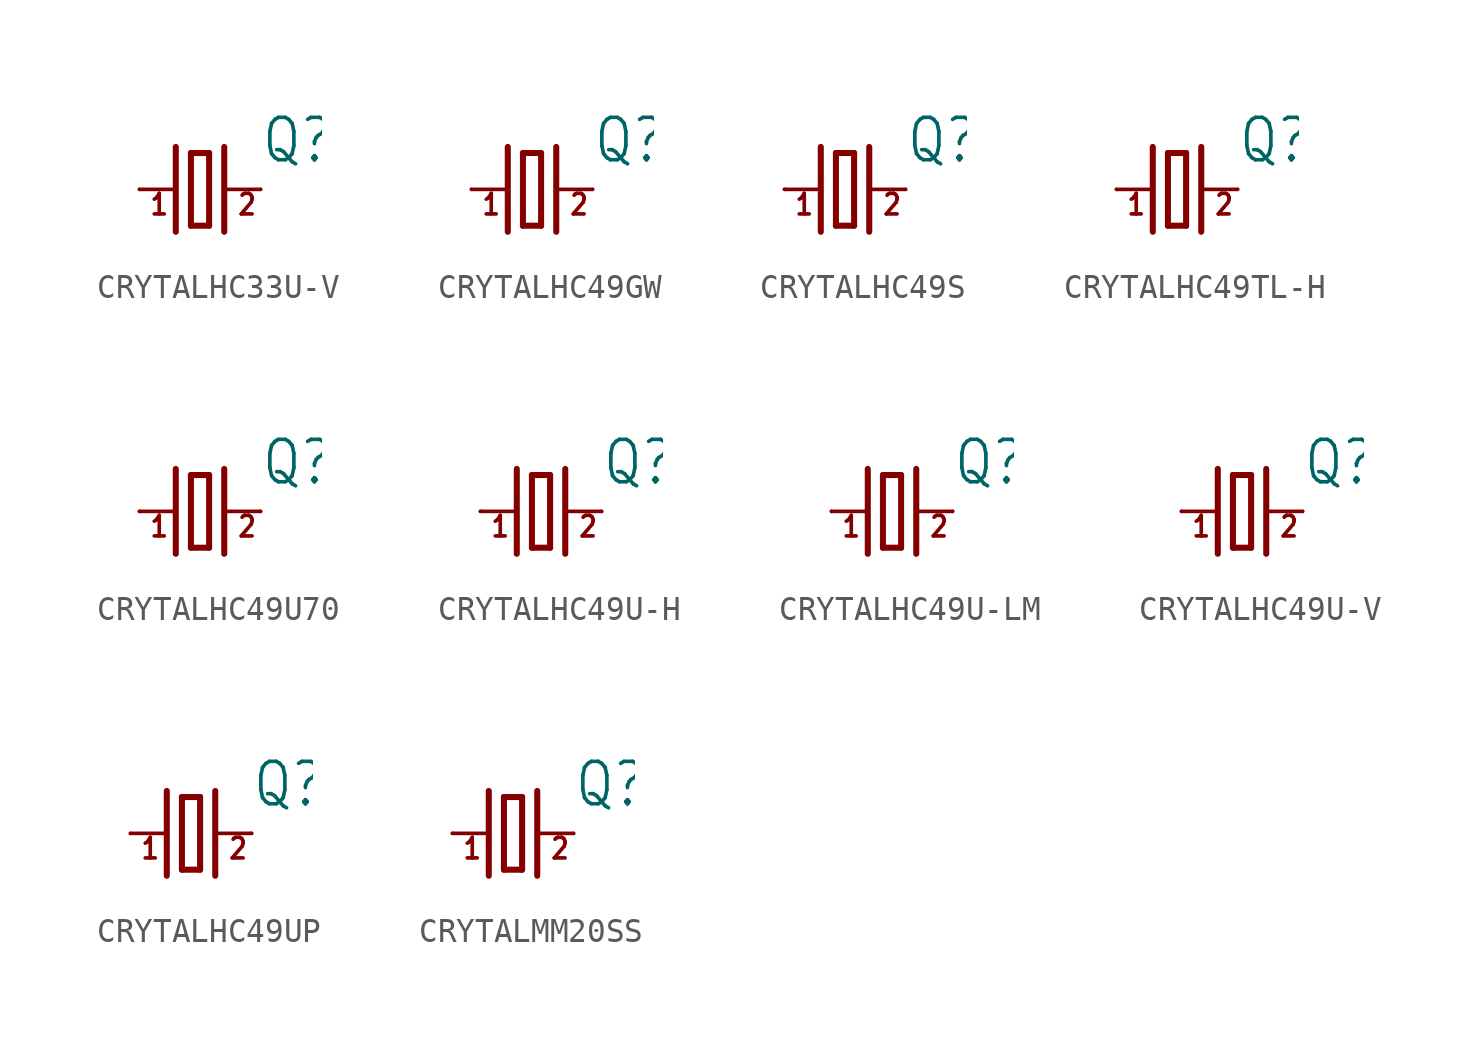
<source format=kicad_sym>
(kicad_symbol_lib
  (version 20220914)
  (generator kicad_symbol_editor)
  (symbol "CRYTALHC33U-V"
    (property "Reference" "Q"
      (at 2.54 1.016 0)
      (effects (font (size 1.778 1.511)) (justify left bottom)))
    (property "Value" ""
      (at 2.54 -2.54 0)
      (effects (font (size 1.778 1.511)) (justify left bottom)))
    (property "ki_locked" ""
      (at 0 0 0)
      (effects (font (size 1.27 1.27))))
    (symbol "CRYTALHC33U-V_1_0"
      (polyline (pts (xy -2.54 0) (xy -1.016 0)) (stroke (width 0.152) (type solid)) (fill (type none)))
      (polyline (pts (xy -1.016 1.778) (xy -1.016 -1.778)) (stroke (width 0.254) (type solid)) (fill (type none)))
      (polyline (pts (xy -0.381 -1.524) (xy 0.381 -1.524)) (stroke (width 0.254) (type solid)) (fill (type none)))
      (polyline (pts (xy -0.381 1.524) (xy -0.381 -1.524)) (stroke (width 0.254) (type solid)) (fill (type none)))
      (polyline (pts (xy 0.381 -1.524) (xy 0.381 1.524)) (stroke (width 0.254) (type solid)) (fill (type none)))
      (polyline (pts (xy 0.381 1.524) (xy -0.381 1.524)) (stroke (width 0.254) (type solid)) (fill (type none)))
      (polyline (pts (xy 1.016 0) (xy 2.54 0)) (stroke (width 0.152) (type solid)) (fill (type none)))
      (polyline (pts (xy 1.016 1.778) (xy 1.016 -1.778)) (stroke (width 0.254) (type solid)) (fill (type none)))
      (text "1" (at -2.159 -1.143 0) (effects (font (size 0.864 0.734)) (justify left bottom)))
      (text "2" (at 1.524 -1.143 0) (effects (font (size 0.864 0.734)) (justify left bottom)))
      (pin passive line (at -2.54 0 0) (length 0) (name "1" (effects (font (size 0 0)))) (number "1" (effects (font (size 0 0)))))
      (pin passive line (at 2.54 0 180) (length 0) (name "2" (effects (font (size 0 0)))) (number "2" (effects (font (size 0 0)))))))
  (symbol "CRYTALHC49GW"
    (property "Reference" "Q"
      (at 2.54 1.016 0)
      (effects (font (size 1.778 1.511)) (justify left bottom)))
    (property "Value" ""
      (at 2.54 -2.54 0)
      (effects (font (size 1.778 1.511)) (justify left bottom)))
    (property "ki_locked" ""
      (at 0 0 0)
      (effects (font (size 1.27 1.27))))
    (symbol "CRYTALHC49GW_1_0"
      (polyline (pts (xy -2.54 0) (xy -1.016 0)) (stroke (width 0.152) (type solid)) (fill (type none)))
      (polyline (pts (xy -1.016 1.778) (xy -1.016 -1.778)) (stroke (width 0.254) (type solid)) (fill (type none)))
      (polyline (pts (xy -0.381 -1.524) (xy 0.381 -1.524)) (stroke (width 0.254) (type solid)) (fill (type none)))
      (polyline (pts (xy -0.381 1.524) (xy -0.381 -1.524)) (stroke (width 0.254) (type solid)) (fill (type none)))
      (polyline (pts (xy 0.381 -1.524) (xy 0.381 1.524)) (stroke (width 0.254) (type solid)) (fill (type none)))
      (polyline (pts (xy 0.381 1.524) (xy -0.381 1.524)) (stroke (width 0.254) (type solid)) (fill (type none)))
      (polyline (pts (xy 1.016 0) (xy 2.54 0)) (stroke (width 0.152) (type solid)) (fill (type none)))
      (polyline (pts (xy 1.016 1.778) (xy 1.016 -1.778)) (stroke (width 0.254) (type solid)) (fill (type none)))
      (text "1" (at -2.159 -1.143 0) (effects (font (size 0.864 0.734)) (justify left bottom)))
      (text "2" (at 1.524 -1.143 0) (effects (font (size 0.864 0.734)) (justify left bottom)))
      (pin passive line (at -2.54 0 0) (length 0) (name "1" (effects (font (size 0 0)))) (number "1" (effects (font (size 0 0)))))
      (pin passive line (at 2.54 0 180) (length 0) (name "2" (effects (font (size 0 0)))) (number "2" (effects (font (size 0 0)))))))
  (symbol "CRYTALHC49S"
    (property "Reference" "Q"
      (at 2.54 1.016 0)
      (effects (font (size 1.778 1.511)) (justify left bottom)))
    (property "Value" ""
      (at 2.54 -2.54 0)
      (effects (font (size 1.778 1.511)) (justify left bottom)))
    (property "ki_locked" ""
      (at 0 0 0)
      (effects (font (size 1.27 1.27))))
    (symbol "CRYTALHC49S_1_0"
      (polyline (pts (xy -2.54 0) (xy -1.016 0)) (stroke (width 0.152) (type solid)) (fill (type none)))
      (polyline (pts (xy -1.016 1.778) (xy -1.016 -1.778)) (stroke (width 0.254) (type solid)) (fill (type none)))
      (polyline (pts (xy -0.381 -1.524) (xy 0.381 -1.524)) (stroke (width 0.254) (type solid)) (fill (type none)))
      (polyline (pts (xy -0.381 1.524) (xy -0.381 -1.524)) (stroke (width 0.254) (type solid)) (fill (type none)))
      (polyline (pts (xy 0.381 -1.524) (xy 0.381 1.524)) (stroke (width 0.254) (type solid)) (fill (type none)))
      (polyline (pts (xy 0.381 1.524) (xy -0.381 1.524)) (stroke (width 0.254) (type solid)) (fill (type none)))
      (polyline (pts (xy 1.016 0) (xy 2.54 0)) (stroke (width 0.152) (type solid)) (fill (type none)))
      (polyline (pts (xy 1.016 1.778) (xy 1.016 -1.778)) (stroke (width 0.254) (type solid)) (fill (type none)))
      (text "1" (at -2.159 -1.143 0) (effects (font (size 0.864 0.734)) (justify left bottom)))
      (text "2" (at 1.524 -1.143 0) (effects (font (size 0.864 0.734)) (justify left bottom)))
      (pin passive line (at -2.54 0 0) (length 0) (name "1" (effects (font (size 0 0)))) (number "1" (effects (font (size 0 0)))))
      (pin passive line (at 2.54 0 180) (length 0) (name "2" (effects (font (size 0 0)))) (number "2" (effects (font (size 0 0)))))))
  (symbol "CRYTALHC49TL-H"
    (property "Reference" "Q"
      (at 2.54 1.016 0)
      (effects (font (size 1.778 1.511)) (justify left bottom)))
    (property "Value" ""
      (at 2.54 -2.54 0)
      (effects (font (size 1.778 1.511)) (justify left bottom)))
    (property "ki_locked" ""
      (at 0 0 0)
      (effects (font (size 1.27 1.27))))
    (symbol "CRYTALHC49TL-H_1_0"
      (polyline (pts (xy -2.54 0) (xy -1.016 0)) (stroke (width 0.152) (type solid)) (fill (type none)))
      (polyline (pts (xy -1.016 1.778) (xy -1.016 -1.778)) (stroke (width 0.254) (type solid)) (fill (type none)))
      (polyline (pts (xy -0.381 -1.524) (xy 0.381 -1.524)) (stroke (width 0.254) (type solid)) (fill (type none)))
      (polyline (pts (xy -0.381 1.524) (xy -0.381 -1.524)) (stroke (width 0.254) (type solid)) (fill (type none)))
      (polyline (pts (xy 0.381 -1.524) (xy 0.381 1.524)) (stroke (width 0.254) (type solid)) (fill (type none)))
      (polyline (pts (xy 0.381 1.524) (xy -0.381 1.524)) (stroke (width 0.254) (type solid)) (fill (type none)))
      (polyline (pts (xy 1.016 0) (xy 2.54 0)) (stroke (width 0.152) (type solid)) (fill (type none)))
      (polyline (pts (xy 1.016 1.778) (xy 1.016 -1.778)) (stroke (width 0.254) (type solid)) (fill (type none)))
      (text "1" (at -2.159 -1.143 0) (effects (font (size 0.864 0.734)) (justify left bottom)))
      (text "2" (at 1.524 -1.143 0) (effects (font (size 0.864 0.734)) (justify left bottom)))
      (pin passive line (at -2.54 0 0) (length 0) (name "1" (effects (font (size 0 0)))) (number "1" (effects (font (size 0 0)))))
      (pin passive line (at 2.54 0 180) (length 0) (name "2" (effects (font (size 0 0)))) (number "2" (effects (font (size 0 0)))))))
  (symbol "CRYTALHC49U70"
    (property "Reference" "Q"
      (at 2.54 1.016 0)
      (effects (font (size 1.778 1.511)) (justify left bottom)))
    (property "Value" ""
      (at 2.54 -2.54 0)
      (effects (font (size 1.778 1.511)) (justify left bottom)))
    (property "ki_locked" ""
      (at 0 0 0)
      (effects (font (size 1.27 1.27))))
    (symbol "CRYTALHC49U70_1_0"
      (polyline (pts (xy -2.54 0) (xy -1.016 0)) (stroke (width 0.152) (type solid)) (fill (type none)))
      (polyline (pts (xy -1.016 1.778) (xy -1.016 -1.778)) (stroke (width 0.254) (type solid)) (fill (type none)))
      (polyline (pts (xy -0.381 -1.524) (xy 0.381 -1.524)) (stroke (width 0.254) (type solid)) (fill (type none)))
      (polyline (pts (xy -0.381 1.524) (xy -0.381 -1.524)) (stroke (width 0.254) (type solid)) (fill (type none)))
      (polyline (pts (xy 0.381 -1.524) (xy 0.381 1.524)) (stroke (width 0.254) (type solid)) (fill (type none)))
      (polyline (pts (xy 0.381 1.524) (xy -0.381 1.524)) (stroke (width 0.254) (type solid)) (fill (type none)))
      (polyline (pts (xy 1.016 0) (xy 2.54 0)) (stroke (width 0.152) (type solid)) (fill (type none)))
      (polyline (pts (xy 1.016 1.778) (xy 1.016 -1.778)) (stroke (width 0.254) (type solid)) (fill (type none)))
      (text "1" (at -2.159 -1.143 0) (effects (font (size 0.864 0.734)) (justify left bottom)))
      (text "2" (at 1.524 -1.143 0) (effects (font (size 0.864 0.734)) (justify left bottom)))
      (pin passive line (at -2.54 0 0) (length 0) (name "1" (effects (font (size 0 0)))) (number "1" (effects (font (size 0 0)))))
      (pin passive line (at 2.54 0 180) (length 0) (name "2" (effects (font (size 0 0)))) (number "2" (effects (font (size 0 0)))))))
  (symbol "CRYTALHC49U-H"
    (property "Reference" "Q"
      (at 2.54 1.016 0)
      (effects (font (size 1.778 1.511)) (justify left bottom)))
    (property "Value" ""
      (at 2.54 -2.54 0)
      (effects (font (size 1.778 1.511)) (justify left bottom)))
    (property "ki_locked" ""
      (at 0 0 0)
      (effects (font (size 1.27 1.27))))
    (symbol "CRYTALHC49U-H_1_0"
      (polyline (pts (xy -2.54 0) (xy -1.016 0)) (stroke (width 0.152) (type solid)) (fill (type none)))
      (polyline (pts (xy -1.016 1.778) (xy -1.016 -1.778)) (stroke (width 0.254) (type solid)) (fill (type none)))
      (polyline (pts (xy -0.381 -1.524) (xy 0.381 -1.524)) (stroke (width 0.254) (type solid)) (fill (type none)))
      (polyline (pts (xy -0.381 1.524) (xy -0.381 -1.524)) (stroke (width 0.254) (type solid)) (fill (type none)))
      (polyline (pts (xy 0.381 -1.524) (xy 0.381 1.524)) (stroke (width 0.254) (type solid)) (fill (type none)))
      (polyline (pts (xy 0.381 1.524) (xy -0.381 1.524)) (stroke (width 0.254) (type solid)) (fill (type none)))
      (polyline (pts (xy 1.016 0) (xy 2.54 0)) (stroke (width 0.152) (type solid)) (fill (type none)))
      (polyline (pts (xy 1.016 1.778) (xy 1.016 -1.778)) (stroke (width 0.254) (type solid)) (fill (type none)))
      (text "1" (at -2.159 -1.143 0) (effects (font (size 0.864 0.734)) (justify left bottom)))
      (text "2" (at 1.524 -1.143 0) (effects (font (size 0.864 0.734)) (justify left bottom)))
      (pin passive line (at -2.54 0 0) (length 0) (name "1" (effects (font (size 0 0)))) (number "1" (effects (font (size 0 0)))))
      (pin passive line (at 2.54 0 180) (length 0) (name "2" (effects (font (size 0 0)))) (number "2" (effects (font (size 0 0)))))))
  (symbol "CRYTALHC49U-LM"
    (property "Reference" "Q"
      (at 2.54 1.016 0)
      (effects (font (size 1.778 1.511)) (justify left bottom)))
    (property "Value" ""
      (at 2.54 -2.54 0)
      (effects (font (size 1.778 1.511)) (justify left bottom)))
    (property "ki_locked" ""
      (at 0 0 0)
      (effects (font (size 1.27 1.27))))
    (symbol "CRYTALHC49U-LM_1_0"
      (polyline (pts (xy -2.54 0) (xy -1.016 0)) (stroke (width 0.152) (type solid)) (fill (type none)))
      (polyline (pts (xy -1.016 1.778) (xy -1.016 -1.778)) (stroke (width 0.254) (type solid)) (fill (type none)))
      (polyline (pts (xy -0.381 -1.524) (xy 0.381 -1.524)) (stroke (width 0.254) (type solid)) (fill (type none)))
      (polyline (pts (xy -0.381 1.524) (xy -0.381 -1.524)) (stroke (width 0.254) (type solid)) (fill (type none)))
      (polyline (pts (xy 0.381 -1.524) (xy 0.381 1.524)) (stroke (width 0.254) (type solid)) (fill (type none)))
      (polyline (pts (xy 0.381 1.524) (xy -0.381 1.524)) (stroke (width 0.254) (type solid)) (fill (type none)))
      (polyline (pts (xy 1.016 0) (xy 2.54 0)) (stroke (width 0.152) (type solid)) (fill (type none)))
      (polyline (pts (xy 1.016 1.778) (xy 1.016 -1.778)) (stroke (width 0.254) (type solid)) (fill (type none)))
      (text "1" (at -2.159 -1.143 0) (effects (font (size 0.864 0.734)) (justify left bottom)))
      (text "2" (at 1.524 -1.143 0) (effects (font (size 0.864 0.734)) (justify left bottom)))
      (pin passive line (at -2.54 0 0) (length 0) (name "1" (effects (font (size 0 0)))) (number "1" (effects (font (size 0 0)))))
      (pin passive line (at 2.54 0 180) (length 0) (name "2" (effects (font (size 0 0)))) (number "2" (effects (font (size 0 0)))))))
  (symbol "CRYTALHC49U-V"
    (property "Reference" "Q"
      (at 2.54 1.016 0)
      (effects (font (size 1.778 1.511)) (justify left bottom)))
    (property "Value" ""
      (at 2.54 -2.54 0)
      (effects (font (size 1.778 1.511)) (justify left bottom)))
    (property "ki_locked" ""
      (at 0 0 0)
      (effects (font (size 1.27 1.27))))
    (symbol "CRYTALHC49U-V_1_0"
      (polyline (pts (xy -2.54 0) (xy -1.016 0)) (stroke (width 0.152) (type solid)) (fill (type none)))
      (polyline (pts (xy -1.016 1.778) (xy -1.016 -1.778)) (stroke (width 0.254) (type solid)) (fill (type none)))
      (polyline (pts (xy -0.381 -1.524) (xy 0.381 -1.524)) (stroke (width 0.254) (type solid)) (fill (type none)))
      (polyline (pts (xy -0.381 1.524) (xy -0.381 -1.524)) (stroke (width 0.254) (type solid)) (fill (type none)))
      (polyline (pts (xy 0.381 -1.524) (xy 0.381 1.524)) (stroke (width 0.254) (type solid)) (fill (type none)))
      (polyline (pts (xy 0.381 1.524) (xy -0.381 1.524)) (stroke (width 0.254) (type solid)) (fill (type none)))
      (polyline (pts (xy 1.016 0) (xy 2.54 0)) (stroke (width 0.152) (type solid)) (fill (type none)))
      (polyline (pts (xy 1.016 1.778) (xy 1.016 -1.778)) (stroke (width 0.254) (type solid)) (fill (type none)))
      (text "1" (at -2.159 -1.143 0) (effects (font (size 0.864 0.734)) (justify left bottom)))
      (text "2" (at 1.524 -1.143 0) (effects (font (size 0.864 0.734)) (justify left bottom)))
      (pin passive line (at -2.54 0 0) (length 0) (name "1" (effects (font (size 0 0)))) (number "1" (effects (font (size 0 0)))))
      (pin passive line (at 2.54 0 180) (length 0) (name "2" (effects (font (size 0 0)))) (number "2" (effects (font (size 0 0)))))))
  (symbol "CRYTALHC49UP"
    (property "Reference" "Q"
      (at 2.54 1.016 0)
      (effects (font (size 1.778 1.511)) (justify left bottom)))
    (property "Value" ""
      (at 2.54 -2.54 0)
      (effects (font (size 1.778 1.511)) (justify left bottom)))
    (property "ki_locked" ""
      (at 0 0 0)
      (effects (font (size 1.27 1.27))))
    (symbol "CRYTALHC49UP_1_0"
      (polyline (pts (xy -2.54 0) (xy -1.016 0)) (stroke (width 0.152) (type solid)) (fill (type none)))
      (polyline (pts (xy -1.016 1.778) (xy -1.016 -1.778)) (stroke (width 0.254) (type solid)) (fill (type none)))
      (polyline (pts (xy -0.381 -1.524) (xy 0.381 -1.524)) (stroke (width 0.254) (type solid)) (fill (type none)))
      (polyline (pts (xy -0.381 1.524) (xy -0.381 -1.524)) (stroke (width 0.254) (type solid)) (fill (type none)))
      (polyline (pts (xy 0.381 -1.524) (xy 0.381 1.524)) (stroke (width 0.254) (type solid)) (fill (type none)))
      (polyline (pts (xy 0.381 1.524) (xy -0.381 1.524)) (stroke (width 0.254) (type solid)) (fill (type none)))
      (polyline (pts (xy 1.016 0) (xy 2.54 0)) (stroke (width 0.152) (type solid)) (fill (type none)))
      (polyline (pts (xy 1.016 1.778) (xy 1.016 -1.778)) (stroke (width 0.254) (type solid)) (fill (type none)))
      (text "1" (at -2.159 -1.143 0) (effects (font (size 0.864 0.734)) (justify left bottom)))
      (text "2" (at 1.524 -1.143 0) (effects (font (size 0.864 0.734)) (justify left bottom)))
      (pin passive line (at -2.54 0 0) (length 0) (name "1" (effects (font (size 0 0)))) (number "1" (effects (font (size 0 0)))))
      (pin passive line (at 2.54 0 180) (length 0) (name "2" (effects (font (size 0 0)))) (number "2" (effects (font (size 0 0)))))))
  (symbol "CRYTALMM20SS"
    (property "Reference" "Q"
      (at 2.54 1.016 0)
      (effects (font (size 1.778 1.511)) (justify left bottom)))
    (property "Value" ""
      (at 2.54 -2.54 0)
      (effects (font (size 1.778 1.511)) (justify left bottom)))
    (property "ki_locked" ""
      (at 0 0 0)
      (effects (font (size 1.27 1.27))))
    (symbol "CRYTALMM20SS_1_0"
      (polyline (pts (xy -2.54 0) (xy -1.016 0)) (stroke (width 0.152) (type solid)) (fill (type none)))
      (polyline (pts (xy -1.016 1.778) (xy -1.016 -1.778)) (stroke (width 0.254) (type solid)) (fill (type none)))
      (polyline (pts (xy -0.381 -1.524) (xy 0.381 -1.524)) (stroke (width 0.254) (type solid)) (fill (type none)))
      (polyline (pts (xy -0.381 1.524) (xy -0.381 -1.524)) (stroke (width 0.254) (type solid)) (fill (type none)))
      (polyline (pts (xy 0.381 -1.524) (xy 0.381 1.524)) (stroke (width 0.254) (type solid)) (fill (type none)))
      (polyline (pts (xy 0.381 1.524) (xy -0.381 1.524)) (stroke (width 0.254) (type solid)) (fill (type none)))
      (polyline (pts (xy 1.016 0) (xy 2.54 0)) (stroke (width 0.152) (type solid)) (fill (type none)))
      (polyline (pts (xy 1.016 1.778) (xy 1.016 -1.778)) (stroke (width 0.254) (type solid)) (fill (type none)))
      (text "1" (at -2.159 -1.143 0) (effects (font (size 0.864 0.734)) (justify left bottom)))
      (text "2" (at 1.524 -1.143 0) (effects (font (size 0.864 0.734)) (justify left bottom)))
      (pin passive line (at -2.54 0 0) (length 0) (name "1" (effects (font (size 0 0)))) (number "1" (effects (font (size 0 0)))))
      (pin passive line (at 2.54 0 180) (length 0) (name "2" (effects (font (size 0 0)))) (number "4" (effects (font (size 0 0))))))))
</source>
